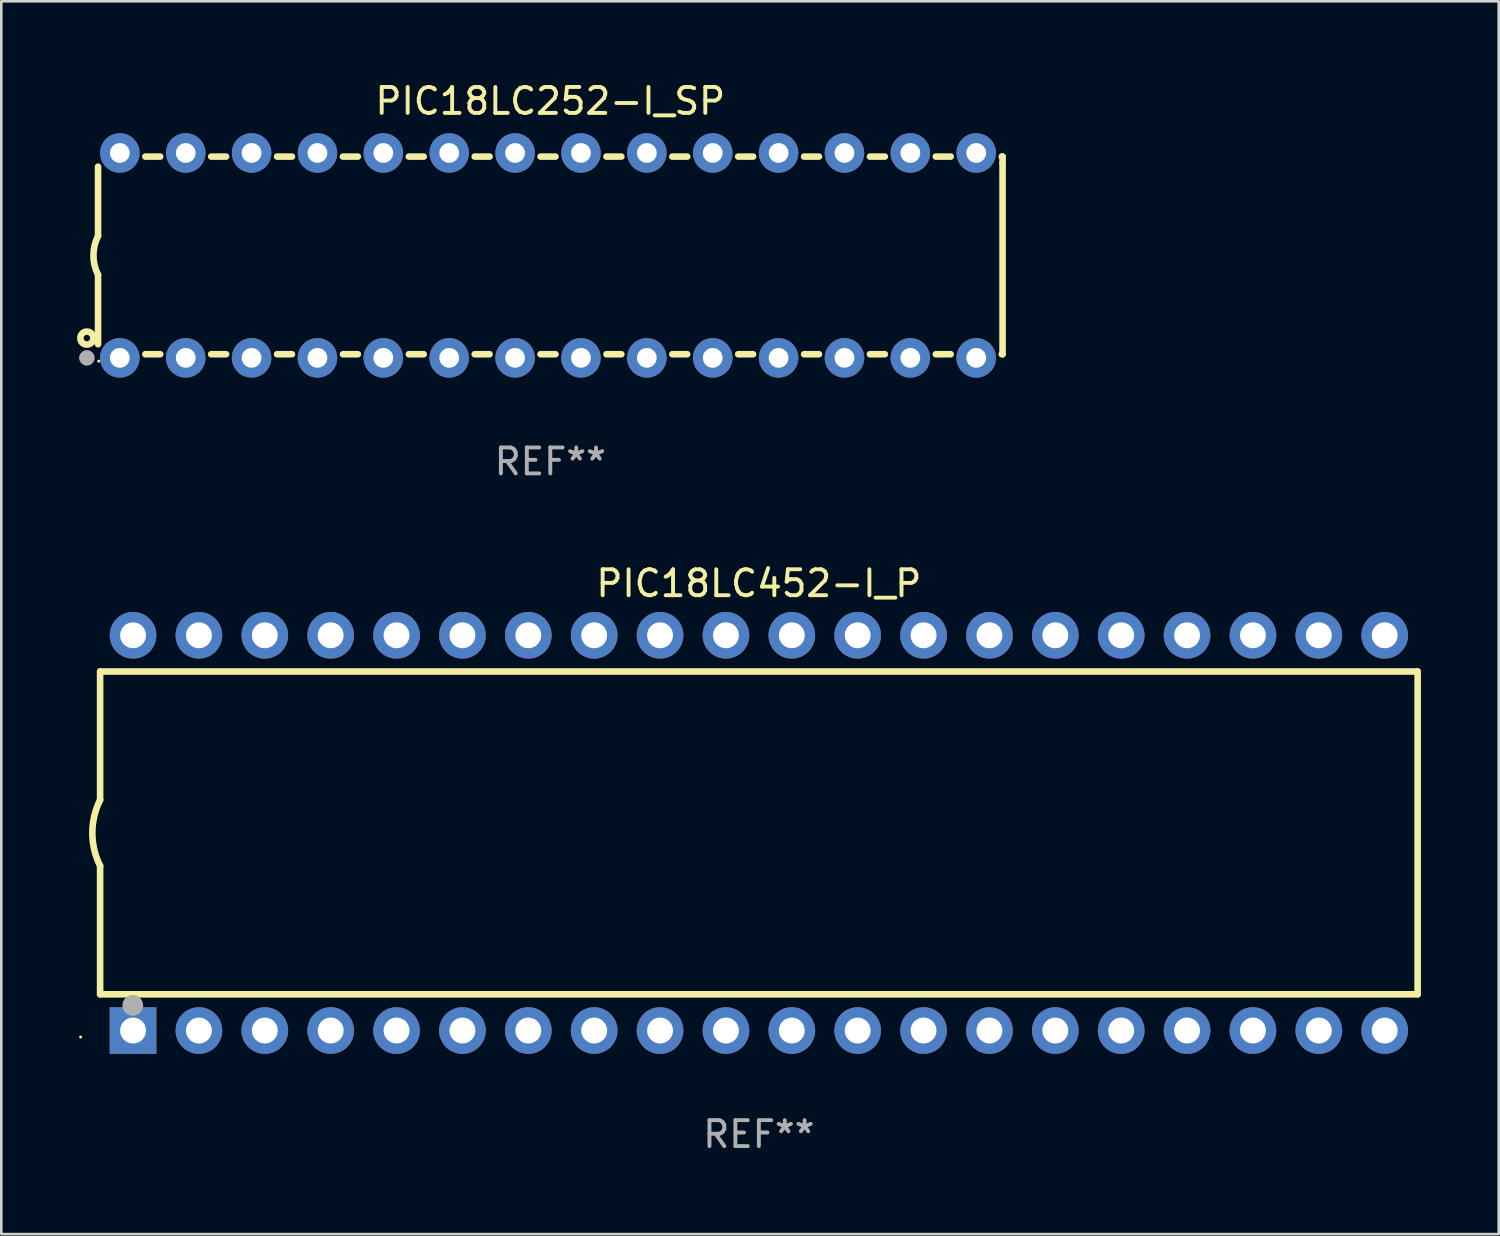
<source format=kicad_pcb>
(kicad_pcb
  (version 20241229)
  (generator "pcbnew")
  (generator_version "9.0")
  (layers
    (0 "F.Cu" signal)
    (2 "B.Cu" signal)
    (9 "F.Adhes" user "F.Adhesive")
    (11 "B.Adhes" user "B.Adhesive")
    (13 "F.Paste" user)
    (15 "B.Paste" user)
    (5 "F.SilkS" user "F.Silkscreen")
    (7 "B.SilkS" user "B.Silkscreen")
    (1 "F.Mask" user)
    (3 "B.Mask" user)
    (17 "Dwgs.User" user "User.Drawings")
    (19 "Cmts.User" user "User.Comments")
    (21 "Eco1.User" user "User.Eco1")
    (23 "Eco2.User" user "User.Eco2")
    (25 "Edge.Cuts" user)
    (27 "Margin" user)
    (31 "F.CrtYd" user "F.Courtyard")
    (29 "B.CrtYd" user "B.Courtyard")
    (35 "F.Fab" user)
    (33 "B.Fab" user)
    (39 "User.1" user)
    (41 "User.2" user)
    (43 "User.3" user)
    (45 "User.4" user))
  (footprint "PIC18LC252-I_SP"
    (layer "F.Cu")
    (at 18.168 6.798)
    (property "Reference" "PIC18LC252-I_SP" (at 0 -5.95 0) (layer "F.SilkS") (effects (font (size 1 1) (thickness 0.15))))
    (attr through_hole)
    (fp_line (start -17.438 0.75) (end -17.438 3.423) (stroke (width 0.254) (type solid)) (layer "F.SilkS"))
    (fp_line (start -17.438 -3.423) (end -17.438 -0.75) (stroke (width 0.254) (type solid)) (layer "F.SilkS"))
    (fp_line (start -15.615 3.81) (end -15.041 3.81) (stroke (width 0.254) (type solid)) (layer "F.SilkS"))
    (fp_line (start -15.041 -3.81) (end -15.614 -3.81) (stroke (width 0.254) (type solid)) (layer "F.SilkS"))
    (fp_line (start -13.075 3.81) (end -12.501 3.81) (stroke (width 0.254) (type solid)) (layer "F.SilkS"))
    (fp_line (start -12.501 -3.81) (end -13.074 -3.81) (stroke (width 0.254) (type solid)) (layer "F.SilkS"))
    (fp_line (start -10.535 3.81) (end -9.961 3.81) (stroke (width 0.254) (type solid)) (layer "F.SilkS"))
    (fp_line (start -9.961 -3.81) (end -10.534 -3.81) (stroke (width 0.254) (type solid)) (layer "F.SilkS"))
    (fp_line (start -7.995 3.81) (end -7.421 3.81) (stroke (width 0.254) (type solid)) (layer "F.SilkS"))
    (fp_line (start -7.421 -3.81) (end -7.995 -3.81) (stroke (width 0.254) (type solid)) (layer "F.SilkS"))
    (fp_line (start -5.455 3.81) (end -4.881 3.81) (stroke (width 0.254) (type solid)) (layer "F.SilkS"))
    (fp_line (start -4.881 -3.81) (end -5.455 -3.81) (stroke (width 0.254) (type solid)) (layer "F.SilkS"))
    (fp_line (start -2.915 3.81) (end -2.341 3.81) (stroke (width 0.254) (type solid)) (layer "F.SilkS"))
    (fp_line (start -2.341 -3.81) (end -2.915 -3.81) (stroke (width 0.254) (type solid)) (layer "F.SilkS"))
    (fp_line (start -0.375 3.81) (end 0.199 3.81) (stroke (width 0.254) (type solid)) (layer "F.SilkS"))
    (fp_line (start 0.199 -3.81) (end -0.375 -3.81) (stroke (width 0.254) (type solid)) (layer "F.SilkS"))
    (fp_line (start 2.165 3.81) (end 2.739 3.81) (stroke (width 0.254) (type solid)) (layer "F.SilkS"))
    (fp_line (start 2.739 -3.81) (end 2.165 -3.81) (stroke (width 0.254) (type solid)) (layer "F.SilkS"))
    (fp_line (start 4.705 3.81) (end 5.279 3.81) (stroke (width 0.254) (type solid)) (layer "F.SilkS"))
    (fp_line (start 5.279 -3.81) (end 4.705 -3.81) (stroke (width 0.254) (type solid)) (layer "F.SilkS"))
    (fp_line (start 7.245 3.81) (end 7.819 3.81) (stroke (width 0.254) (type solid)) (layer "F.SilkS"))
    (fp_line (start 7.819 -3.81) (end 7.245 -3.81) (stroke (width 0.254) (type solid)) (layer "F.SilkS"))
    (fp_line (start 9.785 3.81) (end 10.359 3.81) (stroke (width 0.254) (type solid)) (layer "F.SilkS"))
    (fp_line (start 10.359 -3.81) (end 9.785 -3.81) (stroke (width 0.254) (type solid)) (layer "F.SilkS"))
    (fp_line (start 12.325 3.81) (end 12.899 3.81) (stroke (width 0.254) (type solid)) (layer "F.SilkS"))
    (fp_line (start 12.899 -3.81) (end 12.325 -3.81) (stroke (width 0.254) (type solid)) (layer "F.SilkS"))
    (fp_line (start 14.865 3.81) (end 15.439 3.81) (stroke (width 0.254) (type solid)) (layer "F.SilkS"))
    (fp_line (start 15.439 -3.81) (end 14.865 -3.81) (stroke (width 0.254) (type solid)) (layer "F.SilkS"))
    (fp_line (start 17.405 3.81) (end 17.438 3.81) (stroke (width 0.254) (type solid)) (layer "F.SilkS"))
    (fp_line (start 17.438 -3.81) (end 17.405 -3.81) (stroke (width 0.254) (type solid)) (layer "F.SilkS"))
    (fp_line (start 17.438 -3.556) (end 17.438 -3.81) (stroke (width 0.254) (type solid)) (layer "F.SilkS"))
    (fp_line (start 17.438 3.81) (end 17.438 -3.556) (stroke (width 0.254) (type solid)) (layer "F.SilkS"))
    (fp_arc (start -17.437986 0.749657) (mid -17.614887 -0.000024) (end -17.437783 -0.749657) (stroke (width 0.254001) (type solid)) (layer "F.SilkS"))
    (fp_circle (center -17.868 3.188) (end -17.743 3.188) (stroke (width 0.254) (type solid)) (fill no) (layer "F.SilkS"))
    (fp_circle (center -17.411 4.077) (end -17.381 4.077) (stroke (width 0.06) (type solid)) (fill no) (layer "F.SilkS"))
    (fp_circle (center -17.868 3.95) (end -17.718 3.95) (stroke (width 0.3) (type solid)) (fill no) (layer "F.Fab"))
    (fp_text user "REF**" (at 0 7.95 0) (layer "F.Fab") (effects (font (size 1 1) (thickness 0.15))))
    (pad "1" thru_hole circle (at -16.598 3.95) (size 1.524 1.524) (drill 0.762) (layers "*.Cu" "*.Mask"))
    (pad "2" thru_hole circle (at -14.058 3.95) (size 1.524 1.524) (drill 0.762) (layers "*.Cu" "*.Mask"))
    (pad "3" thru_hole circle (at -11.518 3.95) (size 1.524 1.524) (drill 0.762) (layers "*.Cu" "*.Mask"))
    (pad "4" thru_hole circle (at -8.978 3.95) (size 1.524 1.524) (drill 0.762) (layers "*.Cu" "*.Mask"))
    (pad "5" thru_hole circle (at -6.438 3.95) (size 1.524 1.524) (drill 0.762) (layers "*.Cu" "*.Mask"))
    (pad "6" thru_hole circle (at -3.898 3.95) (size 1.524 1.524) (drill 0.762) (layers "*.Cu" "*.Mask"))
    (pad "7" thru_hole circle (at -1.358 3.95) (size 1.524 1.524) (drill 0.762) (layers "*.Cu" "*.Mask"))
    (pad "8" thru_hole circle (at 1.182 3.95) (size 1.524 1.524) (drill 0.762) (layers "*.Cu" "*.Mask"))
    (pad "9" thru_hole circle (at 3.722 3.95) (size 1.524 1.524) (drill 0.762) (layers "*.Cu" "*.Mask"))
    (pad "10" thru_hole circle (at 6.262 3.95) (size 1.524 1.524) (drill 0.762) (layers "*.Cu" "*.Mask"))
    (pad "11" thru_hole circle (at 8.802 3.95) (size 1.524 1.524) (drill 0.762) (layers "*.Cu" "*.Mask"))
    (pad "12" thru_hole circle (at 11.342 3.95) (size 1.524 1.524) (drill 0.762) (layers "*.Cu" "*.Mask"))
    (pad "13" thru_hole circle (at 13.882 3.95) (size 1.524 1.524) (drill 0.762) (layers "*.Cu" "*.Mask"))
    (pad "14" thru_hole circle (at 16.422 3.95) (size 1.524 1.524) (drill 0.762) (layers "*.Cu" "*.Mask"))
    (pad "15" thru_hole circle (at 16.422 -3.95) (size 1.524 1.524) (drill 0.762) (layers "*.Cu" "*.Mask"))
    (pad "16" thru_hole circle (at 13.882 -3.95) (size 1.524 1.524) (drill 0.762) (layers "*.Cu" "*.Mask"))
    (pad "17" thru_hole circle (at 11.342 -3.95) (size 1.524 1.524) (drill 0.762) (layers "*.Cu" "*.Mask"))
    (pad "18" thru_hole circle (at 8.802 -3.95) (size 1.524 1.524) (drill 0.762) (layers "*.Cu" "*.Mask"))
    (pad "19" thru_hole circle (at 6.262 -3.95) (size 1.524 1.524) (drill 0.762) (layers "*.Cu" "*.Mask"))
    (pad "20" thru_hole circle (at 3.722 -3.95) (size 1.524 1.524) (drill 0.762) (layers "*.Cu" "*.Mask"))
    (pad "21" thru_hole circle (at 1.182 -3.95) (size 1.524 1.524) (drill 0.762) (layers "*.Cu" "*.Mask"))
    (pad "22" thru_hole circle (at -1.358 -3.95) (size 1.524 1.524) (drill 0.762) (layers "*.Cu" "*.Mask"))
    (pad "23" thru_hole circle (at -3.898 -3.95) (size 1.524 1.524) (drill 0.762) (layers "*.Cu" "*.Mask"))
    (pad "24" thru_hole circle (at -6.438 -3.95) (size 1.524 1.524) (drill 0.762) (layers "*.Cu" "*.Mask"))
    (pad "25" thru_hole circle (at -8.978 -3.95) (size 1.524 1.524) (drill 0.762) (layers "*.Cu" "*.Mask"))
    (pad "26" thru_hole circle (at -11.517 -3.95) (size 1.524 1.524) (drill 0.762) (layers "*.Cu" "*.Mask"))
    (pad "27" thru_hole circle (at -14.057 -3.95) (size 1.524 1.524) (drill 0.762) (layers "*.Cu" "*.Mask"))
    (pad "28" thru_hole circle (at -16.597 -3.95) (size 1.524 1.524) (drill 0.762) (layers "*.Cu" "*.Mask")))
  (footprint "PIC18LC452-I_P"
    (layer "F.Cu")
    (at 26.21 29.065)
    (property "Reference" "PIC18LC452-I_P" (at 0 -9.62 0) (layer "F.SilkS") (effects (font (size 1 1) (thickness 0.15))))
    (attr through_hole)
    (fp_line (start -25.4 -6.224) (end -25.4 -1.271) (stroke (width 0.254) (type solid)) (layer "F.SilkS"))
    (fp_line (start -25.4 -6.224) (end 25.4 -6.224) (stroke (width 0.254) (type solid)) (layer "F.SilkS"))
    (fp_line (start -25.4 1.269) (end -25.4 6.222) (stroke (width 0.254) (type solid)) (layer "F.SilkS"))
    (fp_line (start -25.4 6.222) (end 25.4 6.222) (stroke (width 0.254) (type solid)) (layer "F.SilkS"))
    (fp_line (start 25.4 6.222) (end 25.4 -6.224) (stroke (width 0.254) (type solid)) (layer "F.SilkS"))
    (fp_arc (start -25.4 1.269241) (mid -25.699807 -0.000762) (end -25.4 -1.270765) (stroke (width 0.254001) (type solid)) (layer "F.SilkS"))
    (fp_circle (center -26.15 7.87) (end -26.12 7.87) (stroke (width 0.06) (type solid)) (fill no) (layer "F.SilkS"))
    (fp_circle (center -24.14 6.65) (end -23.94 6.65) (stroke (width 0.4) (type solid)) (fill no) (layer "F.Fab"))
    (fp_text user "REF**" (at 0 11.62 0) (layer "F.Fab") (effects (font (size 1 1) (thickness 0.15))))
    (pad "1" thru_hole rect (at -24.13 7.62 90) (size 1.8 1.8) (drill 1) (layers "*.Cu" "*.Mask"))
    (pad "2" thru_hole circle (at -21.59 7.62) (size 1.8 1.8) (drill 1) (layers "*.Cu" "*.Mask"))
    (pad "3" thru_hole circle (at -19.05 7.62) (size 1.8 1.8) (drill 1) (layers "*.Cu" "*.Mask"))
    (pad "4" thru_hole circle (at -16.51 7.62) (size 1.8 1.8) (drill 1) (layers "*.Cu" "*.Mask"))
    (pad "5" thru_hole circle (at -13.97 7.62) (size 1.8 1.8) (drill 1) (layers "*.Cu" "*.Mask"))
    (pad "6" thru_hole circle (at -11.43 7.62) (size 1.8 1.8) (drill 1) (layers "*.Cu" "*.Mask"))
    (pad "7" thru_hole circle (at -8.89 7.62) (size 1.8 1.8) (drill 1) (layers "*.Cu" "*.Mask"))
    (pad "8" thru_hole circle (at -6.35 7.62) (size 1.8 1.8) (drill 1) (layers "*.Cu" "*.Mask"))
    (pad "9" thru_hole circle (at -3.81 7.62) (size 1.8 1.8) (drill 1) (layers "*.Cu" "*.Mask"))
    (pad "10" thru_hole circle (at -1.27 7.62) (size 1.8 1.8) (drill 1) (layers "*.Cu" "*.Mask"))
    (pad "11" thru_hole circle (at 1.27 7.62) (size 1.8 1.8) (drill 1) (layers "*.Cu" "*.Mask"))
    (pad "12" thru_hole circle (at 3.81 7.62) (size 1.8 1.8) (drill 1) (layers "*.Cu" "*.Mask"))
    (pad "13" thru_hole circle (at 6.35 7.62) (size 1.8 1.8) (drill 1) (layers "*.Cu" "*.Mask"))
    (pad "14" thru_hole circle (at 8.89 7.62) (size 1.8 1.8) (drill 1) (layers "*.Cu" "*.Mask"))
    (pad "15" thru_hole circle (at 11.43 7.62) (size 1.8 1.8) (drill 1) (layers "*.Cu" "*.Mask"))
    (pad "16" thru_hole circle (at 13.97 7.62) (size 1.8 1.8) (drill 1) (layers "*.Cu" "*.Mask"))
    (pad "17" thru_hole circle (at 16.51 7.62) (size 1.8 1.8) (drill 1) (layers "*.Cu" "*.Mask"))
    (pad "18" thru_hole circle (at 19.05 7.62) (size 1.8 1.8) (drill 1) (layers "*.Cu" "*.Mask"))
    (pad "19" thru_hole circle (at 21.59 7.62) (size 1.8 1.8) (drill 1) (layers "*.Cu" "*.Mask"))
    (pad "20" thru_hole circle (at 24.13 7.62) (size 1.8 1.8) (drill 1) (layers "*.Cu" "*.Mask"))
    (pad "21" thru_hole circle (at 24.13 -7.62) (size 1.8 1.8) (drill 1) (layers "*.Cu" "*.Mask"))
    (pad "22" thru_hole circle (at 21.59 -7.62) (size 1.8 1.8) (drill 1) (layers "*.Cu" "*.Mask"))
    (pad "23" thru_hole circle (at 19.05 -7.62) (size 1.8 1.8) (drill 1) (layers "*.Cu" "*.Mask"))
    (pad "24" thru_hole circle (at 16.51 -7.62) (size 1.8 1.8) (drill 1) (layers "*.Cu" "*.Mask"))
    (pad "25" thru_hole circle (at 13.97 -7.62) (size 1.8 1.8) (drill 1) (layers "*.Cu" "*.Mask"))
    (pad "26" thru_hole circle (at 11.43 -7.62) (size 1.8 1.8) (drill 1) (layers "*.Cu" "*.Mask"))
    (pad "27" thru_hole circle (at 8.89 -7.62) (size 1.8 1.8) (drill 1) (layers "*.Cu" "*.Mask"))
    (pad "28" thru_hole circle (at 6.35 -7.62) (size 1.8 1.8) (drill 1) (layers "*.Cu" "*.Mask"))
    (pad "29" thru_hole circle (at 3.81 -7.62) (size 1.8 1.8) (drill 1) (layers "*.Cu" "*.Mask"))
    (pad "30" thru_hole circle (at 1.27 -7.62) (size 1.8 1.8) (drill 1) (layers "*.Cu" "*.Mask"))
    (pad "31" thru_hole circle (at -1.27 -7.62) (size 1.8 1.8) (drill 1) (layers "*.Cu" "*.Mask"))
    (pad "32" thru_hole circle (at -3.81 -7.62) (size 1.8 1.8) (drill 1) (layers "*.Cu" "*.Mask"))
    (pad "33" thru_hole circle (at -6.35 -7.62) (size 1.8 1.8) (drill 1) (layers "*.Cu" "*.Mask"))
    (pad "34" thru_hole circle (at -8.89 -7.62) (size 1.8 1.8) (drill 1) (layers "*.Cu" "*.Mask"))
    (pad "35" thru_hole circle (at -11.43 -7.62) (size 1.8 1.8) (drill 1) (layers "*.Cu" "*.Mask"))
    (pad "36" thru_hole circle (at -13.97 -7.62) (size 1.8 1.8) (drill 1) (layers "*.Cu" "*.Mask"))
    (pad "37" thru_hole circle (at -16.51 -7.62) (size 1.8 1.8) (drill 1) (layers "*.Cu" "*.Mask"))
    (pad "38" thru_hole circle (at -19.05 -7.62) (size 1.8 1.8) (drill 1) (layers "*.Cu" "*.Mask"))
    (pad "39" thru_hole circle (at -21.59 -7.62) (size 1.8 1.8) (drill 1) (layers "*.Cu" "*.Mask"))
    (pad "40" thru_hole circle (at -24.13 -7.62) (size 1.8 1.8) (drill 1) (layers "*.Cu" "*.Mask")))
  (gr_rect
    (start -3 -3)
    (end 54.737 44.533)
    (stroke (width 0.1) (type default))
    (fill no)
    (layer "Edge.Cuts")))
</source>
